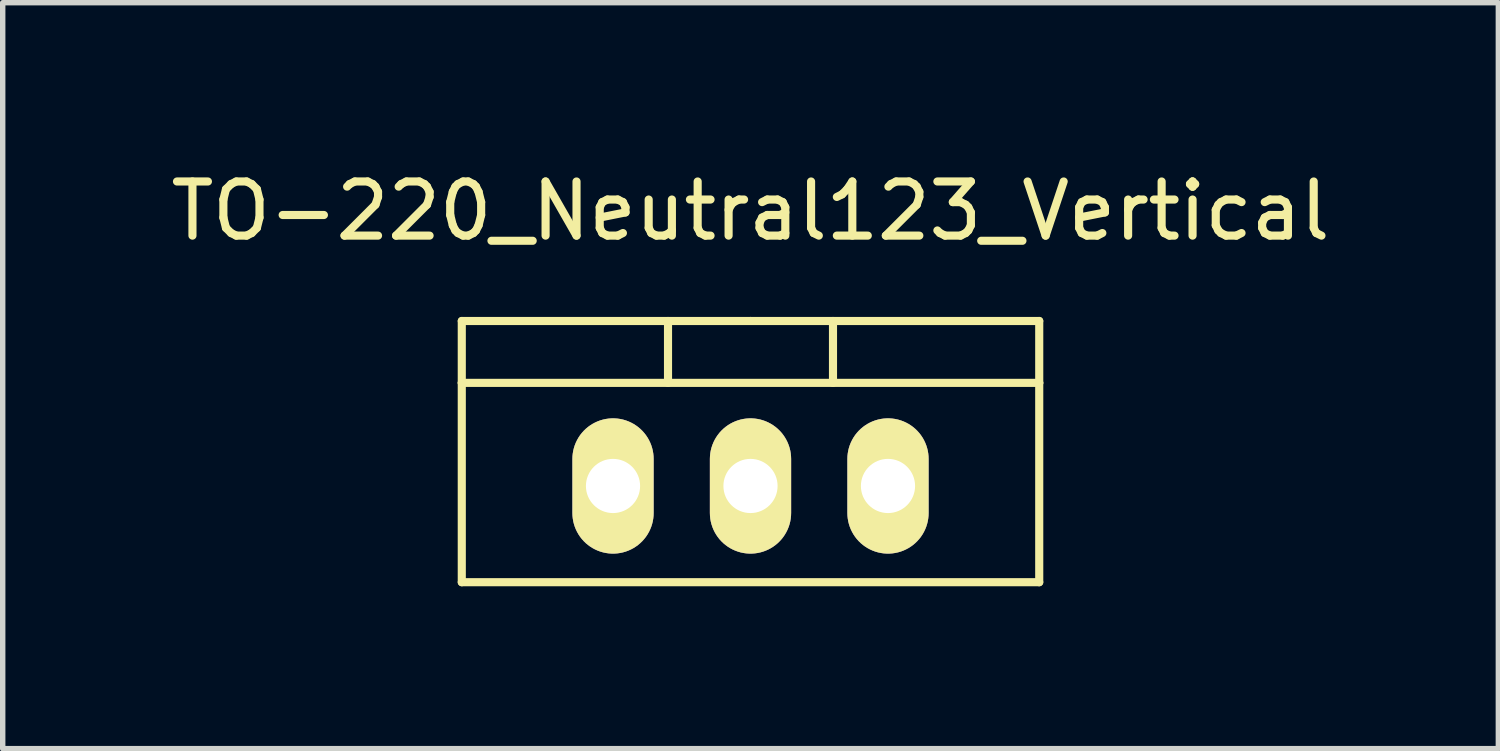
<source format=kicad_pcb>
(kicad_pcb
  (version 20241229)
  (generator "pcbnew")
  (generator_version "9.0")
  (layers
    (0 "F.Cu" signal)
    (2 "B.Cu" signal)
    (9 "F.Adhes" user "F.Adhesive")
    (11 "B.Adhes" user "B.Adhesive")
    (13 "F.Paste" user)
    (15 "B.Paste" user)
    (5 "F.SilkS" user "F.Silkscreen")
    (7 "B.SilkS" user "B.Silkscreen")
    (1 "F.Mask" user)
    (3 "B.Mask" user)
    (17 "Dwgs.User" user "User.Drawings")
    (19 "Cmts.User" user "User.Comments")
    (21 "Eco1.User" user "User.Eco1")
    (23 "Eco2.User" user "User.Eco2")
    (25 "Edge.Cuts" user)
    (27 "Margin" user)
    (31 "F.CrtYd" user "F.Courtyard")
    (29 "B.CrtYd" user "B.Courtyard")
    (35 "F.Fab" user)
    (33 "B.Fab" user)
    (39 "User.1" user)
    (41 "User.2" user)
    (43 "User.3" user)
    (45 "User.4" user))
  (footprint "TO-220_Neutral123_Vertical"
    (layer "F.Cu")
    (at 10.815 5.928)
    (property "Reference" "TO-220_Neutral123_Vertical" (at 0 -5.08 0) (layer "F.SilkS") (effects (font (size 1 1) (thickness 0.15))))
    (attr through_hole)
    (fp_line (start -5.334 -1.905) (end -5.334 -3.048) (stroke (width 0.15) (type solid)) (layer "F.SilkS"))
    (fp_line (start -5.334 1.778) (end -5.334 -1.905) (stroke (width 0.15) (type solid)) (layer "F.SilkS"))
    (fp_line (start -1.524 -3.048) (end -1.524 -1.905) (stroke (width 0.15) (type solid)) (layer "F.SilkS"))
    (fp_line (start 0 -3.048) (end -5.334 -3.048) (stroke (width 0.15) (type solid)) (layer "F.SilkS"))
    (fp_line (start 0 -3.048) (end 5.334 -3.048) (stroke (width 0.15) (type solid)) (layer "F.SilkS"))
    (fp_line (start 1.524 -3.048) (end 1.524 -1.905) (stroke (width 0.15) (type solid)) (layer "F.SilkS"))
    (fp_line (start 5.334 -3.048) (end 5.334 -1.905) (stroke (width 0.15) (type solid)) (layer "F.SilkS"))
    (fp_line (start 5.334 -1.905) (end -5.334 -1.905) (stroke (width 0.15) (type solid)) (layer "F.SilkS"))
    (fp_line (start 5.334 -1.905) (end 5.334 1.778) (stroke (width 0.15) (type solid)) (layer "F.SilkS"))
    (fp_line (start 5.334 1.778) (end -5.334 1.778) (stroke (width 0.15) (type solid)) (layer "F.SilkS"))
    (pad "GND" thru_hole oval (at 0 0 90) (size 2.499 1.501) (drill 1.001) (layers "*.Cu" "*.Mask" "F.SilkS"))
    (pad "VI" thru_hole oval (at -2.54 0 90) (size 2.499 1.501) (drill 1.001) (layers "*.Cu" "*.Mask" "F.SilkS"))
    (pad "VO" thru_hole oval (at 2.54 0 90) (size 2.499 1.501) (drill 1.001) (layers "*.Cu" "*.Mask" "F.SilkS")))
  (gr_rect
    (start -3 -3)
    (end 24.631 10.781)
    (stroke (width 0.1) (type default))
    (fill no)
    (layer "Edge.Cuts")))
</source>
